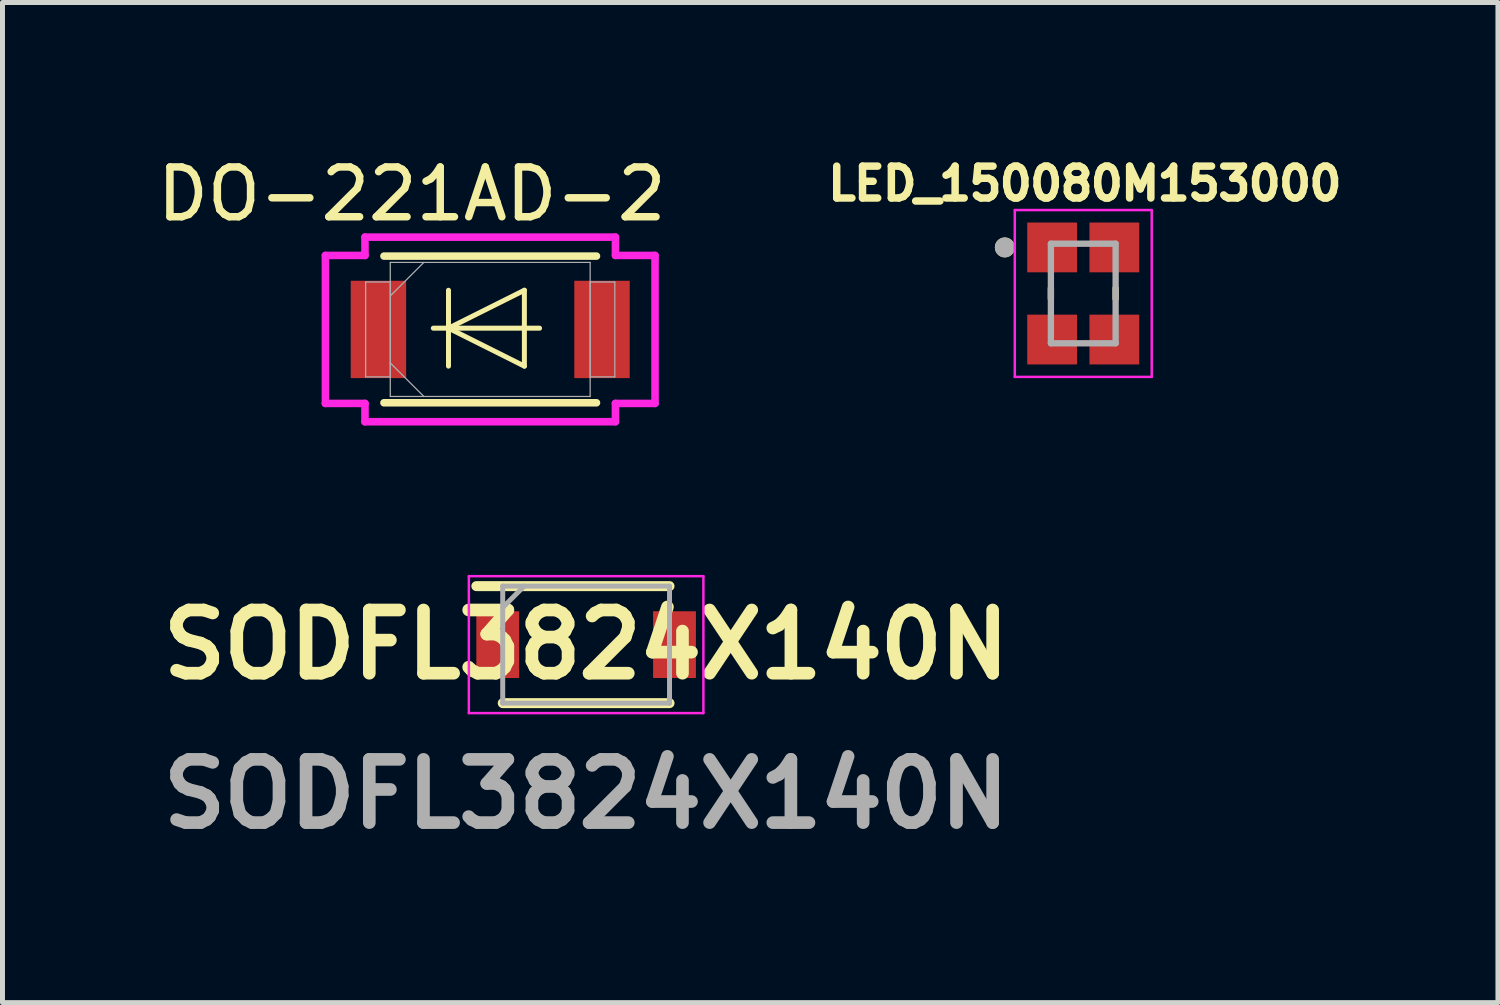
<source format=kicad_pcb>
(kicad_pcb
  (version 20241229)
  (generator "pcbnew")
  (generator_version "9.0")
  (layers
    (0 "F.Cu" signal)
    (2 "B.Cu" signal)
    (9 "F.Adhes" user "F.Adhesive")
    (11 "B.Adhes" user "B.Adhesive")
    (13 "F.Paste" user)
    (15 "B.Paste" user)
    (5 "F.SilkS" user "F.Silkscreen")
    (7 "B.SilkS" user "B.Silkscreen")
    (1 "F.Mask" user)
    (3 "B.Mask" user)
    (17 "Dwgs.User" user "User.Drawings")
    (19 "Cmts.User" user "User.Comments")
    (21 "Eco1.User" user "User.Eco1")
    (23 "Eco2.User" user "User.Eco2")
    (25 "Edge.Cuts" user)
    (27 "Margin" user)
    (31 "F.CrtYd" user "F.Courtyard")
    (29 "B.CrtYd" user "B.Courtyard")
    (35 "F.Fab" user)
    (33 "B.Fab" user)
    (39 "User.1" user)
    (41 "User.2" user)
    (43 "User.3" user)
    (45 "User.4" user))
  (footprint "LED_150080M153000"
    (layer "F.Cu")
    (at 18.705 2.844)
    (property "Reference" "LED_150080M153000" (at 0.032 -2.206 0) (layer "F.SilkS") (effects (font (size 0.64 0.64) (thickness 0.15))))
    (attr smd)
    (fp_line (start -0.65 -0.105) (end -0.65 0.105) (stroke (width 0.127) (type solid)) (layer "F.SilkS"))
    (fp_line (start 0.65 0.105) (end 0.65 -0.105) (stroke (width 0.127) (type solid)) (layer "F.SilkS"))
    (fp_circle (center -1.575 -0.925) (end -1.475 -0.925) (stroke (width 0.2) (type solid)) (fill no) (layer "F.SilkS"))
    (fp_line (start -1.375 -1.675) (end 1.375 -1.675) (stroke (width 0.05) (type solid)) (layer "F.CrtYd"))
    (fp_line (start -1.375 1.675) (end -1.375 -1.675) (stroke (width 0.05) (type solid)) (layer "F.CrtYd"))
    (fp_line (start 1.375 -1.675) (end 1.375 1.675) (stroke (width 0.05) (type solid)) (layer "F.CrtYd"))
    (fp_line (start 1.375 1.675) (end -1.375 1.675) (stroke (width 0.05) (type solid)) (layer "F.CrtYd"))
    (fp_line (start -0.65 -1) (end -0.65 1) (stroke (width 0.127) (type solid)) (layer "F.Fab"))
    (fp_line (start -0.65 1) (end 0.65 1) (stroke (width 0.127) (type solid)) (layer "F.Fab"))
    (fp_line (start 0.65 -1) (end -0.65 -1) (stroke (width 0.127) (type solid)) (layer "F.Fab"))
    (fp_line (start 0.65 1) (end 0.65 -1) (stroke (width 0.127) (type solid)) (layer "F.Fab"))
    (fp_circle (center -1.575 -0.925) (end -1.475 -0.925) (stroke (width 0.2) (type solid)) (fill no) (layer "F.Fab"))
    (pad "1" smd rect (at -0.625 -0.925) (size 1 1) (layers "F.Cu" "F.Mask" "F.Paste"))
    (pad "2" smd rect (at 0.625 -0.925) (size 1 1) (layers "F.Cu" "F.Mask" "F.Paste"))
    (pad "3" smd rect (at 0.625 0.925 180) (size 1 1) (layers "F.Cu" "F.Mask" "F.Paste"))
    (pad "4" smd rect (at -0.625 0.925 180) (size 1 1) (layers "F.Cu" "F.Mask" "F.Paste")))
  (footprint "SODFL3824X140N"
    (layer "F.Cu")
    (at 8.721 9.896)
    (property "Reference" "SODFL3824X140N" (at 0 0 0) (layer "F.SilkS") (effects (font (size 1.27 1.27) (thickness 0.254))))
    (attr smd)
    (fp_line (start -2.205 -1.175) (end 1.675 -1.175) (stroke (width 0.2) (type solid)) (layer "F.SilkS"))
    (fp_line (start -1.675 1.175) (end 1.675 1.175) (stroke (width 0.2) (type solid)) (layer "F.SilkS"))
    (fp_line (start -2.355 -1.375) (end 2.355 -1.375) (stroke (width 0.05) (type solid)) (layer "F.CrtYd"))
    (fp_line (start -2.355 1.375) (end -2.355 -1.375) (stroke (width 0.05) (type solid)) (layer "F.CrtYd"))
    (fp_line (start 2.355 -1.375) (end 2.355 1.375) (stroke (width 0.05) (type solid)) (layer "F.CrtYd"))
    (fp_line (start 2.355 1.375) (end -2.355 1.375) (stroke (width 0.05) (type solid)) (layer "F.CrtYd"))
    (fp_line (start -1.675 -1.175) (end 1.675 -1.175) (stroke (width 0.1) (type solid)) (layer "F.Fab"))
    (fp_line (start -1.675 -0.745) (end -1.245 -1.175) (stroke (width 0.1) (type solid)) (layer "F.Fab"))
    (fp_line (start -1.675 1.175) (end -1.675 -1.175) (stroke (width 0.1) (type solid)) (layer "F.Fab"))
    (fp_line (start 1.675 -1.175) (end 1.675 1.175) (stroke (width 0.1) (type solid)) (layer "F.Fab"))
    (fp_line (start 1.675 1.175) (end -1.675 1.175) (stroke (width 0.1) (type solid)) (layer "F.Fab"))
    (fp_text user "${REFERENCE}" (at 0 3 0) (layer "F.Fab") (effects (font (size 1.27 1.27) (thickness 0.254))))
    (pad "1" smd rect (at -1.775 0) (size 0.86 1.34) (layers "F.Cu" "F.Mask" "F.Paste"))
    (pad "2" smd rect (at 1.775 0) (size 0.86 1.34) (layers "F.Cu" "F.Mask" "F.Paste")))
  (footprint "DO-221AD-2"
    (layer "F.Cu")
    (at 6.795 3.566)
    (property "Reference" "DO-221AD-2" (at -1.575 -2.718 0) (unlocked yes) (layer "F.SilkS") (effects (font (size 1 1) (thickness 0.15))))
    (attr smd)
    (fp_line (start -2.134 1.473) (end 2.134 1.473) (stroke (width 0.152) (type solid)) (layer "F.SilkS"))
    (fp_line (start -0.838 -0.787) (end -0.838 0.737) (stroke (width 0.1) (type default)) (layer "F.SilkS"))
    (fp_line (start -0.838 -0.025) (end -1.143 -0.025) (stroke (width 0.1) (type default)) (layer "F.SilkS"))
    (fp_line (start -0.838 -0.025) (end 0.686 -0.787) (stroke (width 0.1) (type default)) (layer "F.SilkS"))
    (fp_line (start -0.838 -0.025) (end 0.686 0.737) (stroke (width 0.1) (type default)) (layer "F.SilkS"))
    (fp_line (start 0.686 0.737) (end 0.686 -0.787) (stroke (width 0.1) (type default)) (layer "F.SilkS"))
    (fp_line (start 0.991 -0.025) (end -0.838 -0.025) (stroke (width 0.1) (type default)) (layer "F.SilkS"))
    (fp_line (start 2.134 -1.473) (end -2.134 -1.473) (stroke (width 0.152) (type solid)) (layer "F.SilkS"))
    (fp_line (start -3.31 -1.486) (end -2.515 -1.486) (stroke (width 0.152) (type solid)) (layer "F.CrtYd"))
    (fp_line (start -3.31 1.486) (end -3.31 -1.486) (stroke (width 0.152) (type solid)) (layer "F.CrtYd"))
    (fp_line (start -2.515 -1.854) (end 2.515 -1.854) (stroke (width 0.152) (type solid)) (layer "F.CrtYd"))
    (fp_line (start -2.515 -1.486) (end -2.515 -1.854) (stroke (width 0.152) (type solid)) (layer "F.CrtYd"))
    (fp_line (start -2.515 1.486) (end -3.31 1.486) (stroke (width 0.152) (type solid)) (layer "F.CrtYd"))
    (fp_line (start -2.515 1.854) (end -2.515 1.486) (stroke (width 0.152) (type solid)) (layer "F.CrtYd"))
    (fp_line (start 2.515 -1.854) (end 2.515 -1.486) (stroke (width 0.152) (type solid)) (layer "F.CrtYd"))
    (fp_line (start 2.515 -1.486) (end 3.31 -1.486) (stroke (width 0.152) (type solid)) (layer "F.CrtYd"))
    (fp_line (start 2.515 1.486) (end 2.515 1.854) (stroke (width 0.152) (type solid)) (layer "F.CrtYd"))
    (fp_line (start 2.515 1.854) (end -2.515 1.854) (stroke (width 0.152) (type solid)) (layer "F.CrtYd"))
    (fp_line (start 3.31 -1.486) (end 3.31 1.486) (stroke (width 0.152) (type solid)) (layer "F.CrtYd"))
    (fp_line (start 3.31 1.486) (end 2.515 1.486) (stroke (width 0.152) (type solid)) (layer "F.CrtYd"))
    (fp_line (start -2.502 -0.953) (end -2.502 0.953) (stroke (width 0.025) (type solid)) (layer "F.Fab"))
    (fp_line (start -2.502 0.953) (end -2.007 0.953) (stroke (width 0.025) (type solid)) (layer "F.Fab"))
    (fp_line (start -2.007 -1.346) (end -2.007 1.346) (stroke (width 0.025) (type solid)) (layer "F.Fab"))
    (fp_line (start -2.007 -0.953) (end -2.502 -0.953) (stroke (width 0.025) (type solid)) (layer "F.Fab"))
    (fp_line (start -2.007 -0.673) (end -1.333 -1.346) (stroke (width 0.025) (type solid)) (layer "F.Fab"))
    (fp_line (start -2.007 0.673) (end -1.333 1.346) (stroke (width 0.025) (type solid)) (layer "F.Fab"))
    (fp_line (start -2.007 0.953) (end -2.007 -0.953) (stroke (width 0.025) (type solid)) (layer "F.Fab"))
    (fp_line (start -2.007 1.346) (end 2.007 1.346) (stroke (width 0.025) (type solid)) (layer "F.Fab"))
    (fp_line (start 2.007 -1.346) (end -2.007 -1.346) (stroke (width 0.025) (type solid)) (layer "F.Fab"))
    (fp_line (start 2.007 -0.953) (end 2.007 0.953) (stroke (width 0.025) (type solid)) (layer "F.Fab"))
    (fp_line (start 2.007 0.953) (end 2.502 0.953) (stroke (width 0.025) (type solid)) (layer "F.Fab"))
    (fp_line (start 2.007 1.346) (end 2.007 -1.346) (stroke (width 0.025) (type solid)) (layer "F.Fab"))
    (fp_line (start 2.502 -0.953) (end 2.007 -0.953) (stroke (width 0.025) (type solid)) (layer "F.Fab"))
    (fp_line (start 2.502 0.953) (end 2.502 -0.953) (stroke (width 0.025) (type solid)) (layer "F.Fab"))
    (pad "1" smd rect (at -2.245 0) (size 1.113 1.955) (layers "F.Cu" "F.Mask" "F.Paste"))
    (pad "2" smd rect (at 2.245 0) (size 1.113 1.955) (layers "F.Cu" "F.Mask" "F.Paste"))
    (zone (net_name "") (layer "F.Cu") (hatch full 0.508) (connect_pads) (min_thickness 0.254) (filled_areas_thickness no) (keepout (tracks not_allowed) (vias not_allowed) (pads allowed) (copperpour not_allowed) (footprints allowed)) (placement (enabled no)) (fill) (polygon (pts (xy 5.157 2.271) (xy 8.433 2.271) (xy 8.433 4.861) (xy 5.157 4.861)))))
  (gr_rect
    (start -3 -3)
    (end 27.033 17.085)
    (stroke (width 0.1) (type default))
    (fill no)
    (layer "Edge.Cuts")))
</source>
